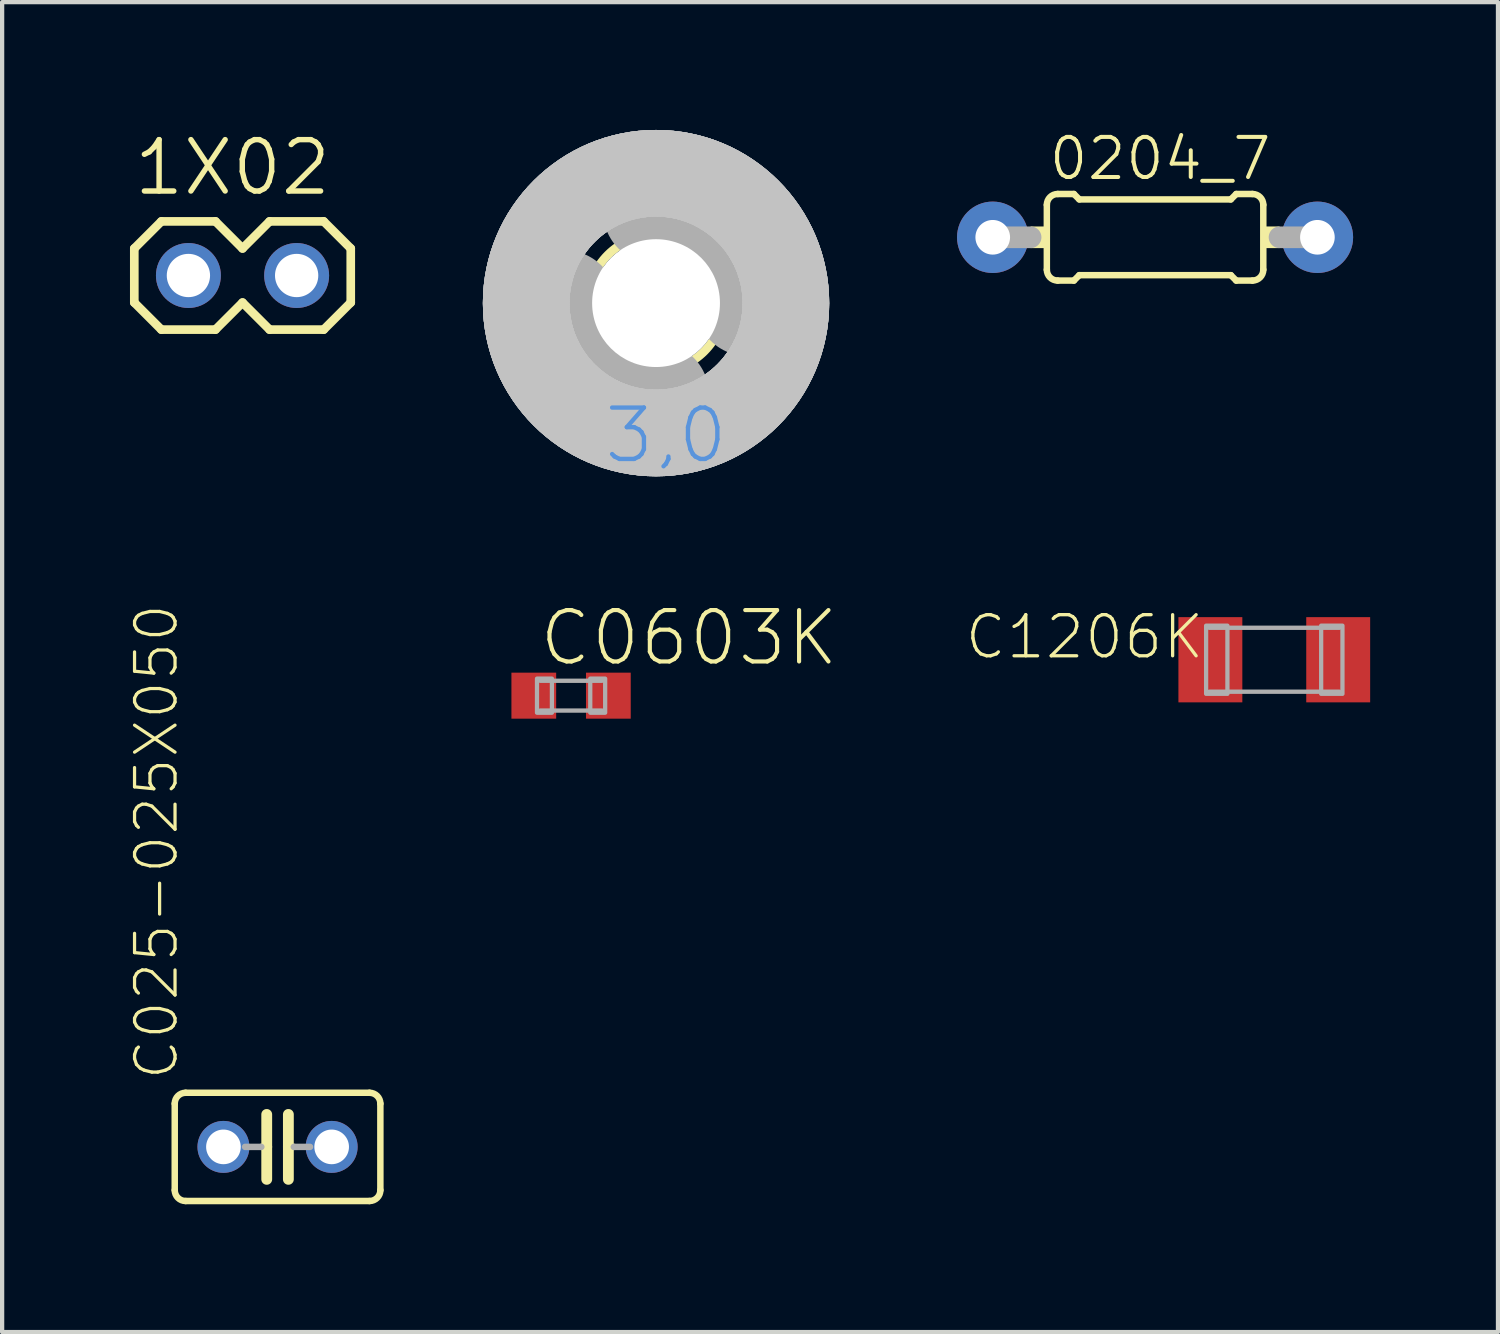
<source format=kicad_pcb>
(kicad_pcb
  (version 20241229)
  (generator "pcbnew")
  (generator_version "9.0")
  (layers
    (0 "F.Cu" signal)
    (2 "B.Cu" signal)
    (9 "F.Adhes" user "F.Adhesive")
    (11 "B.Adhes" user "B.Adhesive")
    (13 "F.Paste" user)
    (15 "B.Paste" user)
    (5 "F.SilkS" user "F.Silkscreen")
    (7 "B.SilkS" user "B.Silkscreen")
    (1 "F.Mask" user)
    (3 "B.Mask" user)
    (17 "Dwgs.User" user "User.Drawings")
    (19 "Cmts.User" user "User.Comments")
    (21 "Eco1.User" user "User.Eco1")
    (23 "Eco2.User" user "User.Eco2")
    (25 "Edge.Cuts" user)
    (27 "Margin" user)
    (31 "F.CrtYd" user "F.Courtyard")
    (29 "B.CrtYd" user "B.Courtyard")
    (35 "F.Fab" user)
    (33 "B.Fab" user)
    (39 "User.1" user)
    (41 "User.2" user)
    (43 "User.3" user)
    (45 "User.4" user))
  (footprint "0204_7"
    (layer "F.Cu")
    (at 24.059 2.519)
    (property "Reference" "0204_7" (at -2.54 -1.295 180) (layer "F.SilkS") (effects (font (size 0.941 0.941) (thickness 0.094)) (justify left bottom)))
    (attr through_hole)
    (fp_line (start -2.54 0.762) (end -2.54 -0.762) (stroke (width 0.152) (type solid)) (layer "F.SilkS"))
    (fp_line (start -2.286 -1.016) (end -1.905 -1.016) (stroke (width 0.152) (type solid)) (layer "F.SilkS"))
    (fp_line (start -2.286 1.016) (end -1.905 1.016) (stroke (width 0.152) (type solid)) (layer "F.SilkS"))
    (fp_line (start -1.778 -0.889) (end -1.905 -1.016) (stroke (width 0.152) (type solid)) (layer "F.SilkS"))
    (fp_line (start -1.778 0.889) (end -1.905 1.016) (stroke (width 0.152) (type solid)) (layer "F.SilkS"))
    (fp_line (start 1.778 -0.889) (end -1.778 -0.889) (stroke (width 0.152) (type solid)) (layer "F.SilkS"))
    (fp_line (start 1.778 -0.889) (end 1.905 -1.016) (stroke (width 0.152) (type solid)) (layer "F.SilkS"))
    (fp_line (start 1.778 0.889) (end -1.778 0.889) (stroke (width 0.152) (type solid)) (layer "F.SilkS"))
    (fp_line (start 1.778 0.889) (end 1.905 1.016) (stroke (width 0.152) (type solid)) (layer "F.SilkS"))
    (fp_line (start 2.286 -1.016) (end 1.905 -1.016) (stroke (width 0.152) (type solid)) (layer "F.SilkS"))
    (fp_line (start 2.286 1.016) (end 1.905 1.016) (stroke (width 0.152) (type solid)) (layer "F.SilkS"))
    (fp_line (start 2.54 0.762) (end 2.54 -0.762) (stroke (width 0.152) (type solid)) (layer "F.SilkS"))
    (fp_arc (start -2.54 -0.762) (mid -2.465605 -0.941605) (end -2.286 -1.016) (stroke (width 0.1524) (type solid)) (layer "F.SilkS"))
    (fp_arc (start -2.286 1.016) (mid -2.465605 0.941605) (end -2.54 0.762) (stroke (width 0.1524) (type solid)) (layer "F.SilkS"))
    (fp_arc (start 2.286 -1.016) (mid 2.465605 -0.941605) (end 2.54 -0.762) (stroke (width 0.1524) (type solid)) (layer "F.SilkS"))
    (fp_arc (start 2.54 0.762) (mid 2.465605 0.941605) (end 2.286 1.016) (stroke (width 0.1524) (type solid)) (layer "F.SilkS"))
    (fp_poly (pts (xy -2.921 0.254) (xy -2.54 0.254) (xy -2.54 -0.254) (xy -2.921 -0.254)) (stroke (width 0) (type solid)) (fill yes) (layer "F.SilkS"))
    (fp_poly (pts (xy 2.54 0.254) (xy 2.921 0.254) (xy 2.921 -0.254) (xy 2.54 -0.254)) (stroke (width 0) (type solid)) (fill yes) (layer "F.SilkS"))
    (fp_line (start -3.81 0) (end -2.921 0) (stroke (width 0.508) (type solid)) (layer "F.Fab"))
    (fp_line (start 3.81 0) (end 2.921 0) (stroke (width 0.508) (type solid)) (layer "F.Fab"))
    (pad "1" thru_hole circle (at -3.81 0) (size 1.676 1.676) (drill 0.813) (layers "*.Cu" "*.Mask"))
    (pad "2" thru_hole circle (at 3.81 0) (size 1.676 1.676) (drill 0.813) (layers "*.Cu" "*.Mask")))
  (footprint "1X02"
    (layer "F.Cu")
    (at 1.372 3.416)
    (property "Reference" "1X02" (at -1.346 -1.829 0) (layer "F.SilkS") (effects (font (size 1.206 1.206) (thickness 0.127)) (justify left bottom)))
    (attr through_hole)
    (fp_line (start -1.27 -0.635) (end -1.27 0.635) (stroke (width 0.203) (type solid)) (layer "F.SilkS"))
    (fp_line (start -1.27 0.635) (end -0.635 1.27) (stroke (width 0.203) (type solid)) (layer "F.SilkS"))
    (fp_line (start -0.635 -1.27) (end -1.27 -0.635) (stroke (width 0.203) (type solid)) (layer "F.SilkS"))
    (fp_line (start -0.635 -1.27) (end 0.635 -1.27) (stroke (width 0.203) (type solid)) (layer "F.SilkS"))
    (fp_line (start 0.635 -1.27) (end 1.27 -0.635) (stroke (width 0.203) (type solid)) (layer "F.SilkS"))
    (fp_line (start 0.635 1.27) (end -0.635 1.27) (stroke (width 0.203) (type solid)) (layer "F.SilkS"))
    (fp_line (start 1.27 -0.635) (end 1.905 -1.27) (stroke (width 0.203) (type solid)) (layer "F.SilkS"))
    (fp_line (start 1.27 0.635) (end 0.635 1.27) (stroke (width 0.203) (type solid)) (layer "F.SilkS"))
    (fp_line (start 1.905 -1.27) (end 3.175 -1.27) (stroke (width 0.203) (type solid)) (layer "F.SilkS"))
    (fp_line (start 1.905 1.27) (end 1.27 0.635) (stroke (width 0.203) (type solid)) (layer "F.SilkS"))
    (fp_line (start 3.175 -1.27) (end 3.81 -0.635) (stroke (width 0.203) (type solid)) (layer "F.SilkS"))
    (fp_line (start 3.175 1.27) (end 1.905 1.27) (stroke (width 0.203) (type solid)) (layer "F.SilkS"))
    (fp_line (start 3.81 -0.635) (end 3.81 0.635) (stroke (width 0.203) (type solid)) (layer "F.SilkS"))
    (fp_line (start 3.81 0.635) (end 3.175 1.27) (stroke (width 0.203) (type solid)) (layer "F.SilkS"))
    (fp_poly (pts (xy -0.254 0.254) (xy 0.254 0.254) (xy 0.254 -0.254) (xy -0.254 -0.254)) (stroke (width 0.1) (type solid)) (fill no) (layer "F.Fab"))
    (fp_poly (pts (xy 2.286 0.254) (xy 2.794 0.254) (xy 2.794 -0.254) (xy 2.286 -0.254)) (stroke (width 0.1) (type solid)) (fill no) (layer "F.Fab"))
    (pad "1" thru_hole circle (at 0 0 90) (size 1.524 1.524) (drill 1.016) (layers "*.Cu" "*.Mask"))
    (pad "2" thru_hole circle (at 2.54 0 90) (size 1.524 1.524) (drill 1.016) (layers "*.Cu" "*.Mask")))
  (footprint "3,0"
    (layer "F.Cu")
    (at 12.347 4.064)
    (property "Reference" "3,0" (at 0 0 0) (layer "F.SilkS") (effects (font (size 1.27 1.27) (thickness 0.15))))
    (attr through_hole)
    (fp_circle (center 0 0) (end 1.6 0) (stroke (width 0.203) (type solid)) (fill no) (layer "F.SilkS"))
    (fp_circle (center 0 0) (end 3.429 0) (stroke (width 0.152) (type solid)) (fill no) (layer "F.SilkS"))
    (fp_circle (center 0 0) (end 3.048 0) (stroke (width 2.032) (type solid)) (fill no) (layer "Dwgs.User"))
    (fp_circle (center 0 0) (end 3.048 0) (stroke (width 2.032) (type solid)) (fill no) (layer "Dwgs.User"))
    (fp_circle (center 0 0) (end 3.048 0) (stroke (width 2.032) (type solid)) (fill no) (layer "Dwgs.User"))
    (fp_circle (center 0 0) (end 3.048 0) (stroke (width 2.032) (type solid)) (fill no) (layer "Dwgs.User"))
    (fp_circle (center 0 0) (end 3.048 0) (stroke (width 2.032) (type solid)) (fill no) (layer "Dwgs.User"))
    (fp_arc (start 0 -2.159) (mid 1.526644 -1.526644) (end 2.159 0) (stroke (width 2.4892) (type solid)) (layer "F.Fab"))
    (fp_arc (start 0 2.159) (mid -1.526644 1.526644) (end -2.159 0) (stroke (width 2.4892) (type solid)) (layer "F.Fab"))
    (fp_circle (center 0 0) (end 0.762 0) (stroke (width 0.457) (type solid)) (fill no) (layer "F.Fab"))
    (fp_text user "3,0" (at -1.27 3.81 0) (layer "Cmts.User") (effects (font (size 1.206 1.206) (thickness 0.102)) (justify left bottom)))
    (pad "" np_thru_hole circle (at 0 0) (size 3 3) (drill 3) (layers "*.Cu" "*.Mask")))
  (footprint "C025-025X050"
    (layer "F.Cu")
    (at 3.464 23.867)
    (property "Reference" "C025-025X050" (at -2.286 -1.524 270) (layer "F.SilkS") (effects (font (size 0.95 0.95) (thickness 0.076)) (justify left bottom)))
    (attr through_hole)
    (fp_line (start -2.413 -1.016) (end -2.413 1.016) (stroke (width 0.152) (type solid)) (layer "F.SilkS"))
    (fp_line (start -2.159 -1.27) (end 2.159 -1.27) (stroke (width 0.152) (type solid)) (layer "F.SilkS"))
    (fp_line (start -0.254 -0.762) (end -0.254 0) (stroke (width 0.254) (type solid)) (layer "F.SilkS"))
    (fp_line (start -0.254 0) (end -0.381 0) (stroke (width 0.152) (type solid)) (layer "F.SilkS"))
    (fp_line (start -0.254 0) (end -0.254 0.762) (stroke (width 0.254) (type solid)) (layer "F.SilkS"))
    (fp_line (start 0.254 0) (end 0.254 -0.762) (stroke (width 0.254) (type solid)) (layer "F.SilkS"))
    (fp_line (start 0.254 0) (end 0.254 0.762) (stroke (width 0.254) (type solid)) (layer "F.SilkS"))
    (fp_line (start 0.381 0) (end 0.254 0) (stroke (width 0.152) (type solid)) (layer "F.SilkS"))
    (fp_line (start 2.159 1.27) (end -2.159 1.27) (stroke (width 0.152) (type solid)) (layer "F.SilkS"))
    (fp_line (start 2.413 -1.016) (end 2.413 1.016) (stroke (width 0.152) (type solid)) (layer "F.SilkS"))
    (fp_arc (start -2.413 -1.016) (mid -2.338605 -1.195605) (end -2.159 -1.27) (stroke (width 0.1524) (type solid)) (layer "F.SilkS"))
    (fp_arc (start -2.159 1.27) (mid -2.338605 1.195605) (end -2.413 1.016) (stroke (width 0.1524) (type solid)) (layer "F.SilkS"))
    (fp_arc (start 2.159 -1.27) (mid 2.338605 -1.195605) (end 2.413 -1.016) (stroke (width 0.1524) (type solid)) (layer "F.SilkS"))
    (fp_arc (start 2.413 1.016) (mid 2.338605 1.195605) (end 2.159 1.27) (stroke (width 0.1524) (type solid)) (layer "F.SilkS"))
    (fp_line (start -0.381 0) (end -0.762 0) (stroke (width 0.152) (type solid)) (layer "F.Fab"))
    (fp_line (start 0.762 0) (end 0.381 0) (stroke (width 0.152) (type solid)) (layer "F.Fab"))
    (pad "1" thru_hole circle (at -1.27 0) (size 1.219 1.219) (drill 0.813) (layers "*.Cu" "*.Mask"))
    (pad "2" thru_hole circle (at 1.27 0) (size 1.219 1.219) (drill 0.813) (layers "*.Cu" "*.Mask")))
  (footprint "C1206K"
    (layer "F.Cu")
    (at 26.857 12.434)
    (property "Reference" "C1206K" (at -1.6 -1.1 0) (layer "F.SilkS") (effects (font (size 0.965 0.965) (thickness 0.077)) (justify right top)))
    (attr through_hole)
    (fp_line (start -1.525 -0.75) (end 1.525 -0.75) (stroke (width 0.102) (type solid)) (layer "F.Fab"))
    (fp_line (start 1.525 0.75) (end -1.525 0.75) (stroke (width 0.102) (type solid)) (layer "F.Fab"))
    (fp_poly (pts (xy -1.6 0.8) (xy -1.1 0.8) (xy -1.1 -0.8) (xy -1.6 -0.8)) (stroke (width 0.1) (type solid)) (fill no) (layer "F.Fab"))
    (fp_poly (pts (xy 1.1 0.8) (xy 1.6 0.8) (xy 1.6 -0.8) (xy 1.1 -0.8)) (stroke (width 0.1) (type solid)) (fill no) (layer "F.Fab"))
    (pad "1" smd rect (at -1.5 0) (size 1.5 2) (layers "F.Cu" "F.Mask" "F.Paste"))
    (pad "2" smd rect (at 1.5 0) (size 1.5 2) (layers "F.Cu" "F.Mask" "F.Paste")))
  (footprint "C0603K"
    (layer "F.Cu")
    (at 10.353 13.277)
    (property "Reference" "C0603K" (at -0.8 -0.65 0) (layer "F.SilkS") (effects (font (size 1.206 1.206) (thickness 0.097)) (justify left bottom)))
    (attr through_hole)
    (fp_line (start -0.725 -0.35) (end 0.725 -0.35) (stroke (width 0.102) (type solid)) (layer "F.Fab"))
    (fp_line (start 0.725 0.35) (end -0.725 0.35) (stroke (width 0.102) (type solid)) (layer "F.Fab"))
    (fp_poly (pts (xy -0.8 0.4) (xy -0.45 0.4) (xy -0.45 -0.4) (xy -0.8 -0.4)) (stroke (width 0.1) (type solid)) (fill no) (layer "F.Fab"))
    (fp_poly (pts (xy 0.45 0.4) (xy 0.8 0.4) (xy 0.8 -0.4) (xy 0.45 -0.4)) (stroke (width 0.1) (type solid)) (fill no) (layer "F.Fab"))
    (pad "1" smd rect (at -0.875 0) (size 1.05 1.08) (layers "F.Cu" "F.Mask" "F.Paste"))
    (pad "2" smd rect (at 0.875 0) (size 1.05 1.08) (layers "F.Cu" "F.Mask" "F.Paste")))
  (gr_rect
    (start -3 -3)
    (end 32.107 28.213)
    (stroke (width 0.1) (type default))
    (fill no)
    (layer "Edge.Cuts")))
</source>
